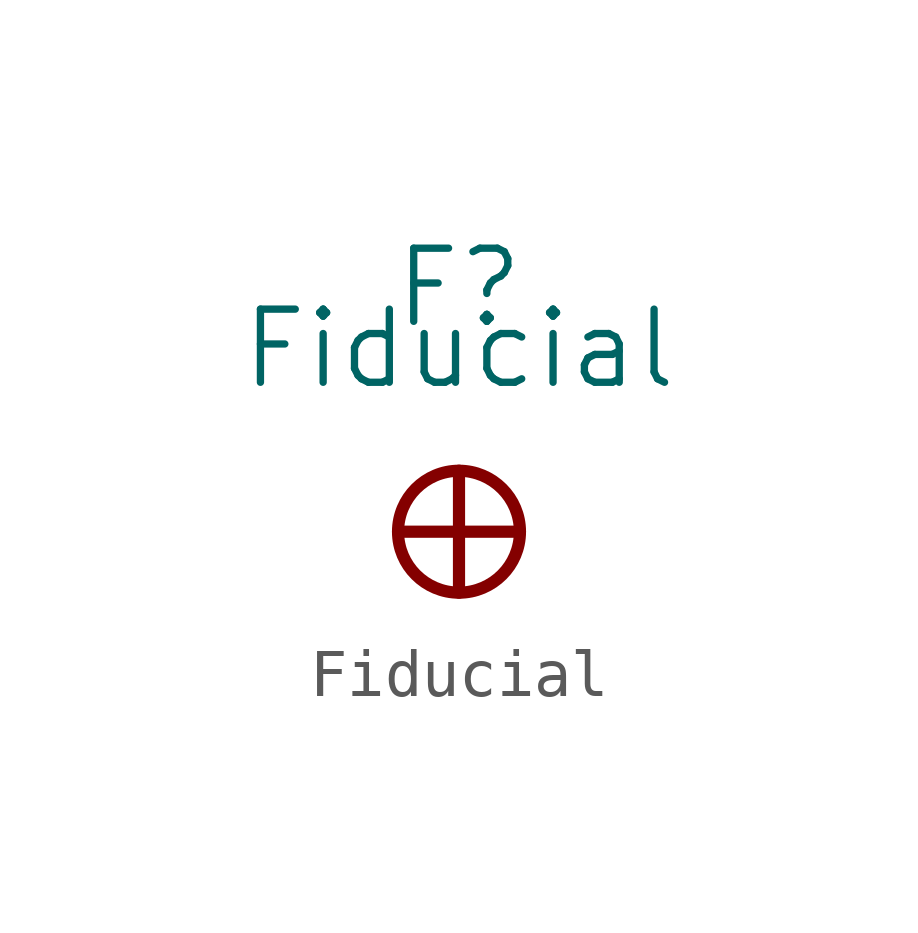
<source format=kicad_sym>
(kicad_symbol_lib
  (version 20220914)
  (generator kicad_symbol_editor)
  (symbol "Fiducial"
    (pin_names
      (offset 1.016))
    (property "Reference" "F"
      (at 0 5.08 0)
      (effects (font (size 1.524 1.524))))
    (property "Value" "Fiducial"
      (at 0 3.81 0)
      (effects (font (size 1.524 1.524))))
    (symbol "Fiducial_0_1"
      (polyline (pts (xy 0 1.27) (xy 0 -1.27)) (stroke (width 0.254) (type solid)) (fill (type none)))
      (polyline (pts (xy 1.27 0) (xy -1.27 0)) (stroke (width 0.254) (type solid)) (fill (type none)))
      (circle (center 0 0) (radius 1.27) (stroke (width 0.254) (type solid)) (fill (type none))))))
</source>
